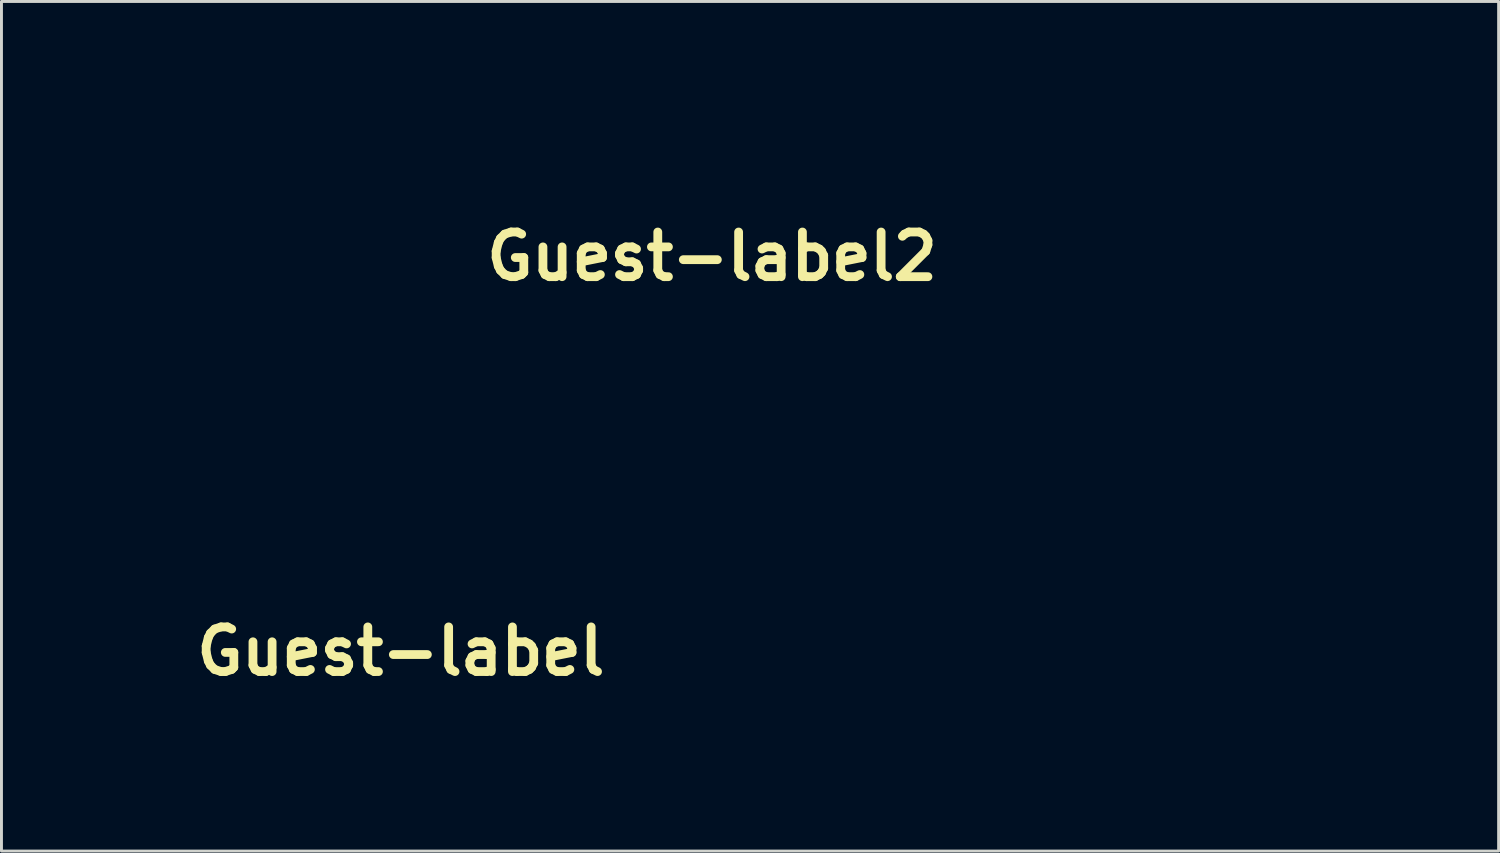
<source format=kicad_pcb>
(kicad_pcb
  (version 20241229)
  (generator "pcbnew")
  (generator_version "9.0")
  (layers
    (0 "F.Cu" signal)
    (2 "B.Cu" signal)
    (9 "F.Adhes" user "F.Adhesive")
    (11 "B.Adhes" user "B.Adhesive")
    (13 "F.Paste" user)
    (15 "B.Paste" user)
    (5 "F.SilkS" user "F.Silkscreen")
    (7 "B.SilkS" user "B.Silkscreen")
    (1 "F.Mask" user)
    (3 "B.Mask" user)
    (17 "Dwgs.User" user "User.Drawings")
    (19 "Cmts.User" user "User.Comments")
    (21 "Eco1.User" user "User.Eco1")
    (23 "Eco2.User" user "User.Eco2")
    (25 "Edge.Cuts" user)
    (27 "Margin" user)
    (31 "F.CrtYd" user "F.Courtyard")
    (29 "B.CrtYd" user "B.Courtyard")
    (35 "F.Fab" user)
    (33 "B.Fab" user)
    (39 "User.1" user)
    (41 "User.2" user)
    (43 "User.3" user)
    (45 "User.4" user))
  (footprint "Guest-label"
    (layer "F.Cu")
    (at 10.625 19.175)
    (property "Reference" "Guest-label" (at 0 0 0) (layer "F.SilkS") (effects (font (size 1.524 1.524) (thickness 0.3))))
    (attr through_hole)
    (fp_poly (pts (xy 11.917 -1.545) (xy 10.901 -1.545) (xy 10.901 3.725) (xy 9.631 3.725) (xy 9.631 -1.545) (xy 8.636 -1.545) (xy 8.636 -2.752) (xy 11.917 -2.752) (xy 11.917 -1.545)) (stroke (width 0.01) (type solid)) (fill yes) (layer "F.Mask"))
    (fp_poly (pts (xy 3.027 -1.545) (xy 1.736 -1.545) (xy 1.736 -0.148) (xy 2.879 -0.148) (xy 2.879 1.058) (xy 1.736 1.058) (xy 1.736 2.519) (xy 3.048 2.519) (xy 3.048 3.725) (xy 0.466 3.725) (xy 0.466 -2.752) (xy 3.027 -2.752) (xy 3.027 -1.545)) (stroke (width 0.01) (type solid)) (fill yes) (layer "F.Mask"))
    (fp_poly (pts (xy -3.63 2.106) (xy -3.583 2.245) (xy -3.515 2.394) (xy -3.424 2.509) (xy -3.309 2.59) (xy -3.167 2.638) (xy -2.998 2.654) (xy -2.991 2.654) (xy -2.827 2.639) (xy -2.69 2.592) (xy -2.579 2.513) (xy -2.493 2.399) (xy -2.43 2.25) (xy -2.417 2.207) (xy -2.412 2.184) (xy -2.407 2.153) (xy -2.403 2.113) (xy -2.399 2.06) (xy -2.396 1.992) (xy -2.393 1.908) (xy -2.391 1.804) (xy -2.388 1.679) (xy -2.386 1.53) (xy -2.384 1.354) (xy -2.383 1.15) (xy -2.381 0.915) (xy -2.38 0.647) (xy -2.379 0.343) (xy -2.377 0.002) (xy -2.376 -0.333) (xy -2.368 -2.752) (xy -1.099 -2.752) (xy -1.107 -0.143) (xy -1.108 0.246) (xy -1.109 0.596) (xy -1.11 0.908) (xy -1.111 1.185) (xy -1.112 1.429) (xy -1.114 1.643) (xy -1.115 1.829) (xy -1.118 1.99) (xy -1.121 2.128) (xy -1.124 2.246) (xy -1.129 2.345) (xy -1.134 2.429) (xy -1.14 2.5) (xy -1.147 2.56) (xy -1.155 2.611) (xy -1.164 2.657) (xy -1.175 2.699) (xy -1.187 2.739) (xy -1.201 2.782) (xy -1.216 2.828) (xy -1.221 2.843) (xy -1.311 3.056) (xy -1.434 3.244) (xy -1.591 3.405) (xy -1.781 3.54) (xy -2.004 3.649) (xy -2.26 3.732) (xy -2.486 3.779) (xy -2.568 3.788) (xy -2.679 3.796) (xy -2.81 3.802) (xy -2.951 3.806) (xy -3.092 3.808) (xy -3.222 3.807) (xy -3.333 3.804) (xy -3.414 3.798) (xy -3.429 3.796) (xy -3.663 3.752) (xy -3.864 3.698) (xy -4.04 3.632) (xy -4.2 3.55) (xy -4.279 3.501) (xy -4.46 3.355) (xy -4.613 3.179) (xy -4.735 2.974) (xy -4.828 2.74) (xy -4.89 2.478) (xy -4.91 2.328) (xy -4.913 2.276) (xy -4.916 2.183) (xy -4.919 2.052) (xy -4.922 1.885) (xy -4.924 1.684) (xy -4.926 1.45) (xy -4.928 1.187) (xy -4.929 0.895) (xy -4.93 0.577) (xy -4.931 0.236) (xy -4.931 -0.128) (xy -4.931 -0.312) (xy -4.932 -2.752) (xy -3.642 -2.752) (xy -3.63 2.106)) (stroke (width 0.01) (type solid)) (fill yes) (layer "F.Mask"))
    (fp_poly (pts (xy 6.225 -2.838) (xy 6.236 -2.837) (xy 6.511 -2.791) (xy 6.773 -2.717) (xy 6.984 -2.629) (xy 7.144 -2.551) (xy 7.149 -1.922) (xy 7.155 -1.293) (xy 6.991 -1.411) (xy 6.882 -1.486) (xy 6.793 -1.542) (xy 6.711 -1.584) (xy 6.625 -1.619) (xy 6.533 -1.649) (xy 6.39 -1.68) (xy 6.24 -1.692) (xy 6.097 -1.685) (xy 5.985 -1.66) (xy 5.853 -1.594) (xy 5.745 -1.498) (xy 5.665 -1.376) (xy 5.614 -1.236) (xy 5.594 -1.083) (xy 5.61 -0.922) (xy 5.627 -0.851) (xy 5.66 -0.76) (xy 5.7 -0.675) (xy 5.754 -0.591) (xy 5.823 -0.506) (xy 5.911 -0.415) (xy 6.022 -0.314) (xy 6.159 -0.201) (xy 6.326 -0.071) (xy 6.466 0.034) (xy 6.584 0.124) (xy 6.702 0.218) (xy 6.812 0.309) (xy 6.905 0.389) (xy 6.964 0.445) (xy 7.153 0.655) (xy 7.302 0.875) (xy 7.412 1.109) (xy 7.486 1.359) (xy 7.525 1.631) (xy 7.528 1.693) (xy 7.527 2) (xy 7.492 2.291) (xy 7.425 2.565) (xy 7.328 2.818) (xy 7.202 3.048) (xy 7.048 3.252) (xy 6.868 3.427) (xy 6.663 3.571) (xy 6.552 3.63) (xy 6.417 3.69) (xy 6.291 3.735) (xy 6.164 3.766) (xy 6.025 3.785) (xy 5.861 3.796) (xy 5.747 3.8) (xy 5.627 3.802) (xy 5.519 3.802) (xy 5.432 3.801) (xy 5.373 3.799) (xy 5.355 3.797) (xy 5.18 3.757) (xy 5.01 3.706) (xy 4.853 3.648) (xy 4.72 3.586) (xy 4.635 3.535) (xy 4.572 3.49) (xy 4.572 2.265) (xy 4.683 2.336) (xy 4.866 2.443) (xy 5.037 2.52) (xy 5.21 2.573) (xy 5.377 2.604) (xy 5.566 2.612) (xy 5.74 2.587) (xy 5.895 2.53) (xy 6.028 2.447) (xy 6.137 2.339) (xy 6.218 2.211) (xy 6.267 2.066) (xy 6.281 1.907) (xy 6.258 1.737) (xy 6.246 1.695) (xy 6.218 1.614) (xy 6.186 1.549) (xy 6.14 1.485) (xy 6.072 1.408) (xy 6.064 1.4) (xy 5.991 1.33) (xy 5.894 1.247) (xy 5.782 1.159) (xy 5.666 1.075) (xy 5.657 1.068) (xy 5.475 0.941) (xy 5.322 0.831) (xy 5.195 0.735) (xy 5.088 0.649) (xy 4.996 0.568) (xy 4.912 0.489) (xy 4.898 0.475) (xy 4.721 0.274) (xy 4.581 0.065) (xy 4.475 -0.158) (xy 4.402 -0.401) (xy 4.359 -0.667) (xy 4.346 -0.847) (xy 4.351 -1.156) (xy 4.388 -1.445) (xy 4.458 -1.712) (xy 4.557 -1.955) (xy 4.685 -2.173) (xy 4.839 -2.364) (xy 5.017 -2.526) (xy 5.219 -2.657) (xy 5.443 -2.756) (xy 5.686 -2.82) (xy 5.948 -2.848) (xy 6.225 -2.838)) (stroke (width 0.01) (type solid)) (fill yes) (layer "F.Mask"))
    (fp_poly (pts (xy -8.093 -2.834) (xy -7.928 -2.814) (xy -7.846 -2.797) (xy -7.58 -2.712) (xy -7.336 -2.591) (xy -7.114 -2.434) (xy -6.917 -2.243) (xy -6.743 -2.018) (xy -6.594 -1.76) (xy -6.471 -1.469) (xy -6.47 -1.467) (xy -6.415 -1.315) (xy -6.674 -1.215) (xy -6.787 -1.172) (xy -6.925 -1.118) (xy -7.074 -1.06) (xy -7.219 -1.004) (xy -7.279 -0.98) (xy -7.393 -0.937) (xy -7.494 -0.9) (xy -7.575 -0.872) (xy -7.628 -0.856) (xy -7.648 -0.852) (xy -7.662 -0.875) (xy -7.682 -0.929) (xy -7.703 -1.003) (xy -7.708 -1.023) (xy -7.767 -1.218) (xy -7.846 -1.38) (xy -7.942 -1.506) (xy -8.054 -1.596) (xy -8.155 -1.64) (xy -8.315 -1.668) (xy -8.467 -1.656) (xy -8.609 -1.604) (xy -8.74 -1.513) (xy -8.858 -1.385) (xy -8.963 -1.221) (xy -9.052 -1.022) (xy -9.11 -0.847) (xy -9.171 -0.587) (xy -9.217 -0.297) (xy -9.248 0.015) (xy -9.265 0.339) (xy -9.267 0.666) (xy -9.253 0.987) (xy -9.224 1.294) (xy -9.18 1.576) (xy -9.143 1.74) (xy -9.072 1.964) (xy -8.98 2.161) (xy -8.869 2.327) (xy -8.743 2.459) (xy -8.602 2.555) (xy -8.583 2.564) (xy -8.438 2.613) (xy -8.285 2.628) (xy -8.136 2.61) (xy -8.028 2.571) (xy -7.898 2.483) (xy -7.787 2.358) (xy -7.695 2.2) (xy -7.622 2.01) (xy -7.572 1.79) (xy -7.543 1.543) (xy -7.542 1.529) (xy -7.529 1.312) (xy -8.34 1.312) (xy -8.34 0.106) (xy -6.244 0.106) (xy -6.244 0.418) (xy -6.255 0.892) (xy -6.287 1.33) (xy -6.34 1.731) (xy -6.414 2.097) (xy -6.51 2.426) (xy -6.628 2.72) (xy -6.767 2.979) (xy -6.928 3.203) (xy -7.112 3.392) (xy -7.317 3.546) (xy -7.545 3.666) (xy -7.794 3.752) (xy -7.9 3.776) (xy -8.014 3.793) (xy -8.156 3.804) (xy -8.313 3.808) (xy -8.47 3.806) (xy -8.615 3.797) (xy -8.736 3.782) (xy -8.763 3.777) (xy -9.04 3.697) (xy -9.296 3.58) (xy -9.531 3.427) (xy -9.745 3.237) (xy -9.938 3.011) (xy -10.109 2.748) (xy -10.259 2.45) (xy -10.387 2.117) (xy -10.391 2.103) (xy -10.483 1.784) (xy -10.551 1.457) (xy -10.596 1.115) (xy -10.619 0.752) (xy -10.62 0.359) (xy -10.62 0.329) (xy -10.598 -0.084) (xy -10.556 -0.465) (xy -10.491 -0.817) (xy -10.403 -1.144) (xy -10.292 -1.451) (xy -10.175 -1.703) (xy -10.017 -1.972) (xy -9.837 -2.205) (xy -9.636 -2.402) (xy -9.411 -2.564) (xy -9.164 -2.69) (xy -8.894 -2.782) (xy -8.795 -2.805) (xy -8.641 -2.829) (xy -8.464 -2.841) (xy -8.276 -2.843) (xy -8.093 -2.834)) (stroke (width 0.01) (type solid)) (fill yes) (layer "F.Mask")))
  (footprint "Guest-label2"
    (layer "F.Cu")
    (at 21.245 5.701)
    (property "Reference" "Guest-label2" (at 0 0 0) (layer "F.SilkS") (effects (font (size 1.524 1.524) (thickness 0.3))))
    (attr through_hole)
    (fp_poly (pts (xy 23.834 -3.09) (xy 21.802 -3.09) (xy 21.802 7.451) (xy 19.262 7.451) (xy 19.262 -3.09) (xy 17.272 -3.09) (xy 17.272 -5.503) (xy 23.834 -5.503) (xy 23.834 -3.09)) (stroke (width 0.01) (type solid)) (fill yes) (layer "F.Mask"))
    (fp_poly (pts (xy 6.054 -3.09) (xy 3.471 -3.09) (xy 3.471 -0.296) (xy 5.757 -0.296) (xy 5.757 2.117) (xy 3.471 2.117) (xy 3.471 5.038) (xy 6.096 5.038) (xy 6.096 7.451) (xy 0.931 7.451) (xy 0.931 -5.503) (xy 6.054 -5.503) (xy 6.054 -3.09)) (stroke (width 0.01) (type solid)) (fill yes) (layer "F.Mask"))
    (fp_poly (pts (xy -7.26 4.212) (xy -7.166 4.489) (xy -7.03 4.788) (xy -6.848 5.018) (xy -6.618 5.179) (xy -6.335 5.275) (xy -5.996 5.308) (xy -5.982 5.308) (xy -5.653 5.277) (xy -5.38 5.184) (xy -5.159 5.025) (xy -4.986 4.798) (xy -4.859 4.501) (xy -4.834 4.415) (xy -4.824 4.368) (xy -4.815 4.307) (xy -4.806 4.226) (xy -4.799 4.12) (xy -4.792 3.985) (xy -4.786 3.816) (xy -4.781 3.609) (xy -4.777 3.358) (xy -4.773 3.06) (xy -4.769 2.709) (xy -4.766 2.301) (xy -4.763 1.831) (xy -4.76 1.294) (xy -4.757 0.687) (xy -4.755 0.003) (xy -4.752 -0.667) (xy -4.737 -5.503) (xy -2.198 -5.503) (xy -2.213 -0.286) (xy -2.215 0.493) (xy -2.217 1.192) (xy -2.219 1.816) (xy -2.222 2.37) (xy -2.224 2.858) (xy -2.227 3.286) (xy -2.231 3.659) (xy -2.236 3.981) (xy -2.241 4.257) (xy -2.249 4.492) (xy -2.257 4.691) (xy -2.267 4.858) (xy -2.28 5) (xy -2.294 5.119) (xy -2.31 5.222) (xy -2.329 5.313) (xy -2.35 5.397) (xy -2.374 5.479) (xy -2.401 5.563) (xy -2.431 5.655) (xy -2.442 5.687) (xy -2.622 6.113) (xy -2.869 6.487) (xy -3.183 6.81) (xy -3.562 7.081) (xy -4.008 7.299) (xy -4.519 7.464) (xy -4.972 7.557) (xy -5.136 7.577) (xy -5.359 7.592) (xy -5.621 7.604) (xy -5.902 7.612) (xy -6.184 7.616) (xy -6.445 7.614) (xy -6.666 7.608) (xy -6.828 7.596) (xy -6.858 7.592) (xy -7.327 7.504) (xy -7.729 7.396) (xy -8.081 7.264) (xy -8.399 7.101) (xy -8.558 7.002) (xy -8.921 6.711) (xy -9.225 6.359) (xy -9.47 5.948) (xy -9.655 5.48) (xy -9.779 4.955) (xy -9.82 4.657) (xy -9.826 4.552) (xy -9.832 4.366) (xy -9.838 4.104) (xy -9.843 3.77) (xy -9.848 3.367) (xy -9.852 2.9) (xy -9.855 2.373) (xy -9.858 1.79) (xy -9.86 1.155) (xy -9.862 0.471) (xy -9.863 -0.256) (xy -9.863 -0.624) (xy -9.864 -5.503) (xy -7.283 -5.503) (xy -7.26 4.212)) (stroke (width 0.01) (type solid)) (fill yes) (layer "F.Mask"))
    (fp_poly (pts (xy 12.451 -5.676) (xy 12.472 -5.674) (xy 13.023 -5.583) (xy 13.546 -5.433) (xy 13.968 -5.258) (xy 14.287 -5.101) (xy 14.299 -3.843) (xy 14.31 -2.585) (xy 13.981 -2.821) (xy 13.764 -2.973) (xy 13.586 -3.084) (xy 13.423 -3.168) (xy 13.249 -3.237) (xy 13.066 -3.297) (xy 12.78 -3.36) (xy 12.479 -3.385) (xy 12.193 -3.37) (xy 11.969 -3.32) (xy 11.706 -3.188) (xy 11.491 -2.995) (xy 11.33 -2.753) (xy 11.227 -2.472) (xy 11.189 -2.165) (xy 11.219 -1.843) (xy 11.255 -1.703) (xy 11.319 -1.521) (xy 11.401 -1.35) (xy 11.507 -1.183) (xy 11.645 -1.011) (xy 11.822 -0.829) (xy 12.044 -0.628) (xy 12.319 -0.402) (xy 12.652 -0.143) (xy 12.932 0.068) (xy 13.167 0.247) (xy 13.404 0.436) (xy 13.625 0.618) (xy 13.81 0.778) (xy 13.929 0.889) (xy 14.307 1.311) (xy 14.604 1.751) (xy 14.825 2.218) (xy 14.972 2.719) (xy 15.049 3.262) (xy 15.057 3.387) (xy 15.054 4) (xy 14.984 4.583) (xy 14.851 5.13) (xy 14.657 5.637) (xy 14.404 6.097) (xy 14.096 6.504) (xy 13.736 6.855) (xy 13.326 7.142) (xy 13.103 7.26) (xy 12.833 7.381) (xy 12.582 7.469) (xy 12.329 7.531) (xy 12.049 7.571) (xy 11.722 7.593) (xy 11.493 7.6) (xy 11.255 7.603) (xy 11.039 7.604) (xy 10.863 7.602) (xy 10.745 7.597) (xy 10.71 7.594) (xy 10.361 7.514) (xy 10.019 7.412) (xy 9.705 7.296) (xy 9.439 7.172) (xy 9.27 7.069) (xy 9.144 6.979) (xy 9.144 4.531) (xy 9.366 4.672) (xy 9.732 4.886) (xy 10.075 5.04) (xy 10.42 5.146) (xy 10.753 5.207) (xy 11.132 5.224) (xy 11.479 5.173) (xy 11.79 5.061) (xy 12.057 4.894) (xy 12.274 4.679) (xy 12.435 4.422) (xy 12.533 4.132) (xy 12.562 3.813) (xy 12.515 3.474) (xy 12.492 3.391) (xy 12.437 3.228) (xy 12.372 3.097) (xy 12.28 2.969) (xy 12.144 2.817) (xy 12.128 2.8) (xy 11.983 2.66) (xy 11.787 2.494) (xy 11.563 2.317) (xy 11.333 2.149) (xy 11.315 2.137) (xy 10.949 1.881) (xy 10.644 1.661) (xy 10.39 1.47) (xy 10.176 1.297) (xy 9.991 1.136) (xy 9.825 0.978) (xy 9.797 0.949) (xy 9.443 0.548) (xy 9.162 0.13) (xy 8.951 -0.317) (xy 8.804 -0.801) (xy 8.717 -1.335) (xy 8.692 -1.693) (xy 8.701 -2.312) (xy 8.777 -2.89) (xy 8.916 -3.424) (xy 9.114 -3.911) (xy 9.369 -4.347) (xy 9.677 -4.728) (xy 10.035 -5.052) (xy 10.439 -5.314) (xy 10.886 -5.511) (xy 11.372 -5.64) (xy 11.895 -5.696) (xy 12.451 -5.676)) (stroke (width 0.01) (type solid)) (fill yes) (layer "F.Mask"))
    (fp_poly (pts (xy -16.185 -5.667) (xy -15.855 -5.627) (xy -15.693 -5.594) (xy -15.16 -5.423) (xy -14.671 -5.181) (xy -14.229 -4.868) (xy -13.833 -4.487) (xy -13.486 -4.037) (xy -13.188 -3.52) (xy -12.941 -2.938) (xy -12.94 -2.934) (xy -12.831 -2.63) (xy -13.348 -2.431) (xy -13.574 -2.343) (xy -13.85 -2.236) (xy -14.147 -2.121) (xy -14.437 -2.008) (xy -14.559 -1.961) (xy -14.787 -1.874) (xy -14.988 -1.801) (xy -15.149 -1.745) (xy -15.257 -1.712) (xy -15.296 -1.705) (xy -15.325 -1.75) (xy -15.364 -1.857) (xy -15.406 -2.005) (xy -15.416 -2.046) (xy -15.535 -2.436) (xy -15.691 -2.76) (xy -15.883 -3.013) (xy -16.107 -3.192) (xy -16.309 -3.28) (xy -16.63 -3.336) (xy -16.934 -3.311) (xy -17.218 -3.207) (xy -17.48 -3.026) (xy -17.716 -2.771) (xy -17.926 -2.442) (xy -18.105 -2.043) (xy -18.219 -1.693) (xy -18.341 -1.174) (xy -18.434 -0.594) (xy -18.497 0.029) (xy -18.53 0.677) (xy -18.533 1.332) (xy -18.506 1.975) (xy -18.448 2.588) (xy -18.359 3.152) (xy -18.286 3.481) (xy -18.143 3.928) (xy -17.96 4.321) (xy -17.739 4.654) (xy -17.485 4.919) (xy -17.204 5.11) (xy -17.166 5.128) (xy -16.875 5.226) (xy -16.57 5.257) (xy -16.273 5.22) (xy -16.055 5.141) (xy -15.797 4.965) (xy -15.574 4.717) (xy -15.389 4.4) (xy -15.245 4.019) (xy -15.143 3.579) (xy -15.086 3.085) (xy -15.084 3.059) (xy -15.058 2.625) (xy -16.679 2.625) (xy -16.679 0.212) (xy -12.488 0.212) (xy -12.488 0.836) (xy -12.51 1.784) (xy -12.573 2.66) (xy -12.68 3.462) (xy -12.829 4.193) (xy -13.021 4.852) (xy -13.256 5.441) (xy -13.535 5.958) (xy -13.857 6.405) (xy -14.223 6.783) (xy -14.634 7.092) (xy -15.089 7.332) (xy -15.589 7.504) (xy -15.799 7.553) (xy -16.029 7.586) (xy -16.313 7.607) (xy -16.625 7.616) (xy -16.94 7.611) (xy -17.231 7.594) (xy -17.471 7.565) (xy -17.526 7.554) (xy -18.08 7.394) (xy -18.592 7.16) (xy -19.063 6.853) (xy -19.491 6.474) (xy -19.876 6.021) (xy -20.219 5.497) (xy -20.518 4.901) (xy -20.774 4.233) (xy -20.782 4.206) (xy -20.967 3.567) (xy -21.103 2.914) (xy -21.192 2.231) (xy -21.238 1.504) (xy -21.24 0.718) (xy -21.239 0.659) (xy -21.197 -0.169) (xy -21.112 -0.93) (xy -20.982 -1.634) (xy -20.807 -2.288) (xy -20.584 -2.901) (xy -20.35 -3.405) (xy -20.034 -3.944) (xy -19.675 -4.41) (xy -19.271 -4.805) (xy -18.823 -5.128) (xy -18.328 -5.381) (xy -17.787 -5.564) (xy -17.59 -5.611) (xy -17.283 -5.658) (xy -16.928 -5.683) (xy -16.552 -5.686) (xy -16.185 -5.667)) (stroke (width 0.01) (type solid)) (fill yes) (layer "F.Mask")))
  (gr_rect
    (start -3 -3)
    (end 48.084 25.988)
    (stroke (width 0.1) (type default))
    (fill no)
    (layer "Edge.Cuts")))
</source>
